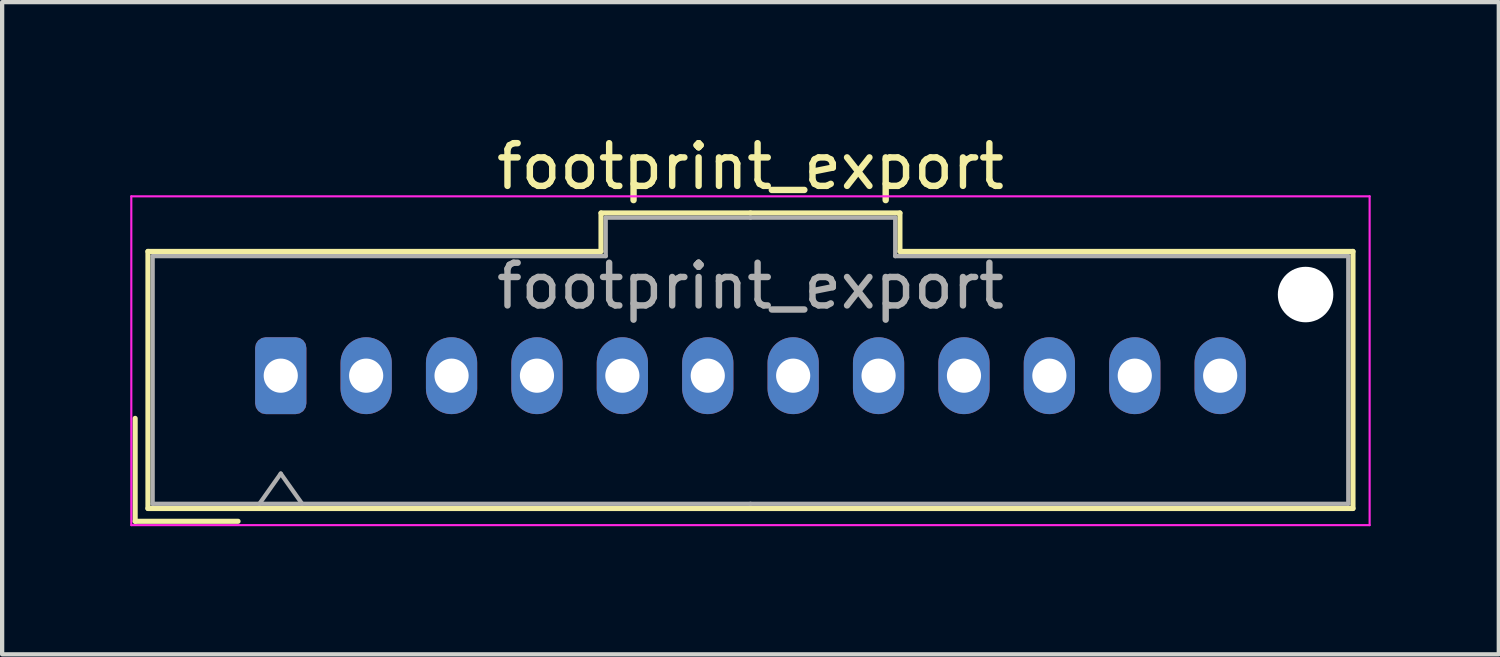
<source format=kicad_pcb>
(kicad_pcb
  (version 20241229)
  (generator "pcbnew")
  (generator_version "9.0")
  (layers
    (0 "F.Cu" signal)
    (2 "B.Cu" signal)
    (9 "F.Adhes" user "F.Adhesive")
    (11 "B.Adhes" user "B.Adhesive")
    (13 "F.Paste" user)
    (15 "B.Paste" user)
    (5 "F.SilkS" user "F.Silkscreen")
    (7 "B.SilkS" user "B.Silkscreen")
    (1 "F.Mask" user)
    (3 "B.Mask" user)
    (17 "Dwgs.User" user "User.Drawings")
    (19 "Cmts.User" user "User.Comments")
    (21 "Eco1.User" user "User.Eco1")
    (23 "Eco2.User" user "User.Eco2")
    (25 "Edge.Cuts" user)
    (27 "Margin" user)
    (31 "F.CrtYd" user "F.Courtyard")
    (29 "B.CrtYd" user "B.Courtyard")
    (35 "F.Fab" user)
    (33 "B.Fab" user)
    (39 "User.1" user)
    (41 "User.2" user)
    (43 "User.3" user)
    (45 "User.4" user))
  (footprint "footprint_export"
    (layer "F.Cu")
    (at 3.525 5.748)
    (property "Reference" "footprint_export" (at 11 -4.9 0) (layer "F.SilkS") (effects (font (size 1 1) (thickness 0.15))))
    (attr through_hole)
    (fp_line (start -3.41 1) (end -3.41 3.41) (stroke (width 0.12) (type solid)) (layer "F.SilkS"))
    (fp_line (start -3.41 3.41) (end -1 3.41) (stroke (width 0.12) (type solid)) (layer "F.SilkS"))
    (fp_line (start -3.11 -2.91) (end -3.11 3.11) (stroke (width 0.12) (type solid)) (layer "F.SilkS"))
    (fp_line (start -3.11 3.11) (end 11 3.11) (stroke (width 0.12) (type solid)) (layer "F.SilkS"))
    (fp_line (start 7.5 -3.81) (end 7.5 -2.91) (stroke (width 0.12) (type solid)) (layer "F.SilkS"))
    (fp_line (start 7.5 -2.91) (end -3.11 -2.91) (stroke (width 0.12) (type solid)) (layer "F.SilkS"))
    (fp_line (start 11 -3.81) (end 7.5 -3.81) (stroke (width 0.12) (type solid)) (layer "F.SilkS"))
    (fp_line (start 11 -3.81) (end 14.5 -3.81) (stroke (width 0.12) (type solid)) (layer "F.SilkS"))
    (fp_line (start 14.5 -3.81) (end 14.5 -2.91) (stroke (width 0.12) (type solid)) (layer "F.SilkS"))
    (fp_line (start 14.5 -2.91) (end 25.11 -2.91) (stroke (width 0.12) (type solid)) (layer "F.SilkS"))
    (fp_line (start 25.11 -2.91) (end 25.11 3.11) (stroke (width 0.12) (type solid)) (layer "F.SilkS"))
    (fp_line (start 25.11 3.11) (end 11 3.11) (stroke (width 0.12) (type solid)) (layer "F.SilkS"))
    (fp_line (start -3.5 -4.2) (end -3.5 3.5) (stroke (width 0.05) (type solid)) (layer "F.CrtYd"))
    (fp_line (start -3.5 3.5) (end 25.5 3.5) (stroke (width 0.05) (type solid)) (layer "F.CrtYd"))
    (fp_line (start 25.5 -4.2) (end -3.5 -4.2) (stroke (width 0.05) (type solid)) (layer "F.CrtYd"))
    (fp_line (start 25.5 3.5) (end 25.5 -4.2) (stroke (width 0.05) (type solid)) (layer "F.CrtYd"))
    (fp_line (start -3 -2.8) (end -3 3) (stroke (width 0.1) (type solid)) (layer "F.Fab"))
    (fp_line (start -3 3) (end 11 3) (stroke (width 0.1) (type solid)) (layer "F.Fab"))
    (fp_line (start -0.5 3) (end 0 2.293) (stroke (width 0.1) (type solid)) (layer "F.Fab"))
    (fp_line (start 0 2.293) (end 0.5 3) (stroke (width 0.1) (type solid)) (layer "F.Fab"))
    (fp_line (start 7.61 -3.7) (end 7.61 -2.8) (stroke (width 0.1) (type solid)) (layer "F.Fab"))
    (fp_line (start 7.61 -2.8) (end -3 -2.8) (stroke (width 0.1) (type solid)) (layer "F.Fab"))
    (fp_line (start 11 -3.7) (end 7.61 -3.7) (stroke (width 0.1) (type solid)) (layer "F.Fab"))
    (fp_line (start 11 -3.7) (end 14.39 -3.7) (stroke (width 0.1) (type solid)) (layer "F.Fab"))
    (fp_line (start 14.39 -3.7) (end 14.39 -2.8) (stroke (width 0.1) (type solid)) (layer "F.Fab"))
    (fp_line (start 14.39 -2.8) (end 25 -2.8) (stroke (width 0.1) (type solid)) (layer "F.Fab"))
    (fp_line (start 25 -2.8) (end 25 3) (stroke (width 0.1) (type solid)) (layer "F.Fab"))
    (fp_line (start 25 3) (end 11 3) (stroke (width 0.1) (type solid)) (layer "F.Fab"))
    (fp_text user "${REFERENCE}" (at 11 -2.1 0) (layer "F.Fab") (effects (font (size 1 1) (thickness 0.15))))
    (pad "" np_thru_hole circle (at 24 -1.9) (size 1.3 1.3) (drill 1.3) (layers "*.Cu" "*.Mask"))
    (pad "1" thru_hole roundrect (at 0 0) (size 1.2 1.8) (drill 0.8) (layers "*.Cu" "*.Mask") (roundrect_rratio 0.208))
    (pad "2" thru_hole oval (at 2 0) (size 1.2 1.8) (drill 0.8) (layers "*.Cu" "*.Mask"))
    (pad "3" thru_hole oval (at 4 0) (size 1.2 1.8) (drill 0.8) (layers "*.Cu" "*.Mask"))
    (pad "4" thru_hole oval (at 6 0) (size 1.2 1.8) (drill 0.8) (layers "*.Cu" "*.Mask"))
    (pad "5" thru_hole oval (at 8 0) (size 1.2 1.8) (drill 0.8) (layers "*.Cu" "*.Mask"))
    (pad "6" thru_hole oval (at 10 0) (size 1.2 1.8) (drill 0.8) (layers "*.Cu" "*.Mask"))
    (pad "7" thru_hole oval (at 12 0) (size 1.2 1.8) (drill 0.8) (layers "*.Cu" "*.Mask"))
    (pad "8" thru_hole oval (at 14 0) (size 1.2 1.8) (drill 0.8) (layers "*.Cu" "*.Mask"))
    (pad "9" thru_hole oval (at 16 0) (size 1.2 1.8) (drill 0.8) (layers "*.Cu" "*.Mask"))
    (pad "10" thru_hole oval (at 18 0) (size 1.2 1.8) (drill 0.8) (layers "*.Cu" "*.Mask"))
    (pad "11" thru_hole oval (at 20 0) (size 1.2 1.8) (drill 0.8) (layers "*.Cu" "*.Mask"))
    (pad "12" thru_hole oval (at 22 0) (size 1.2 1.8) (drill 0.8) (layers "*.Cu" "*.Mask")))
  (gr_rect
    (start -3 -3)
    (end 32.05 12.273)
    (stroke (width 0.1) (type default))
    (fill no)
    (layer "Edge.Cuts")))
</source>
